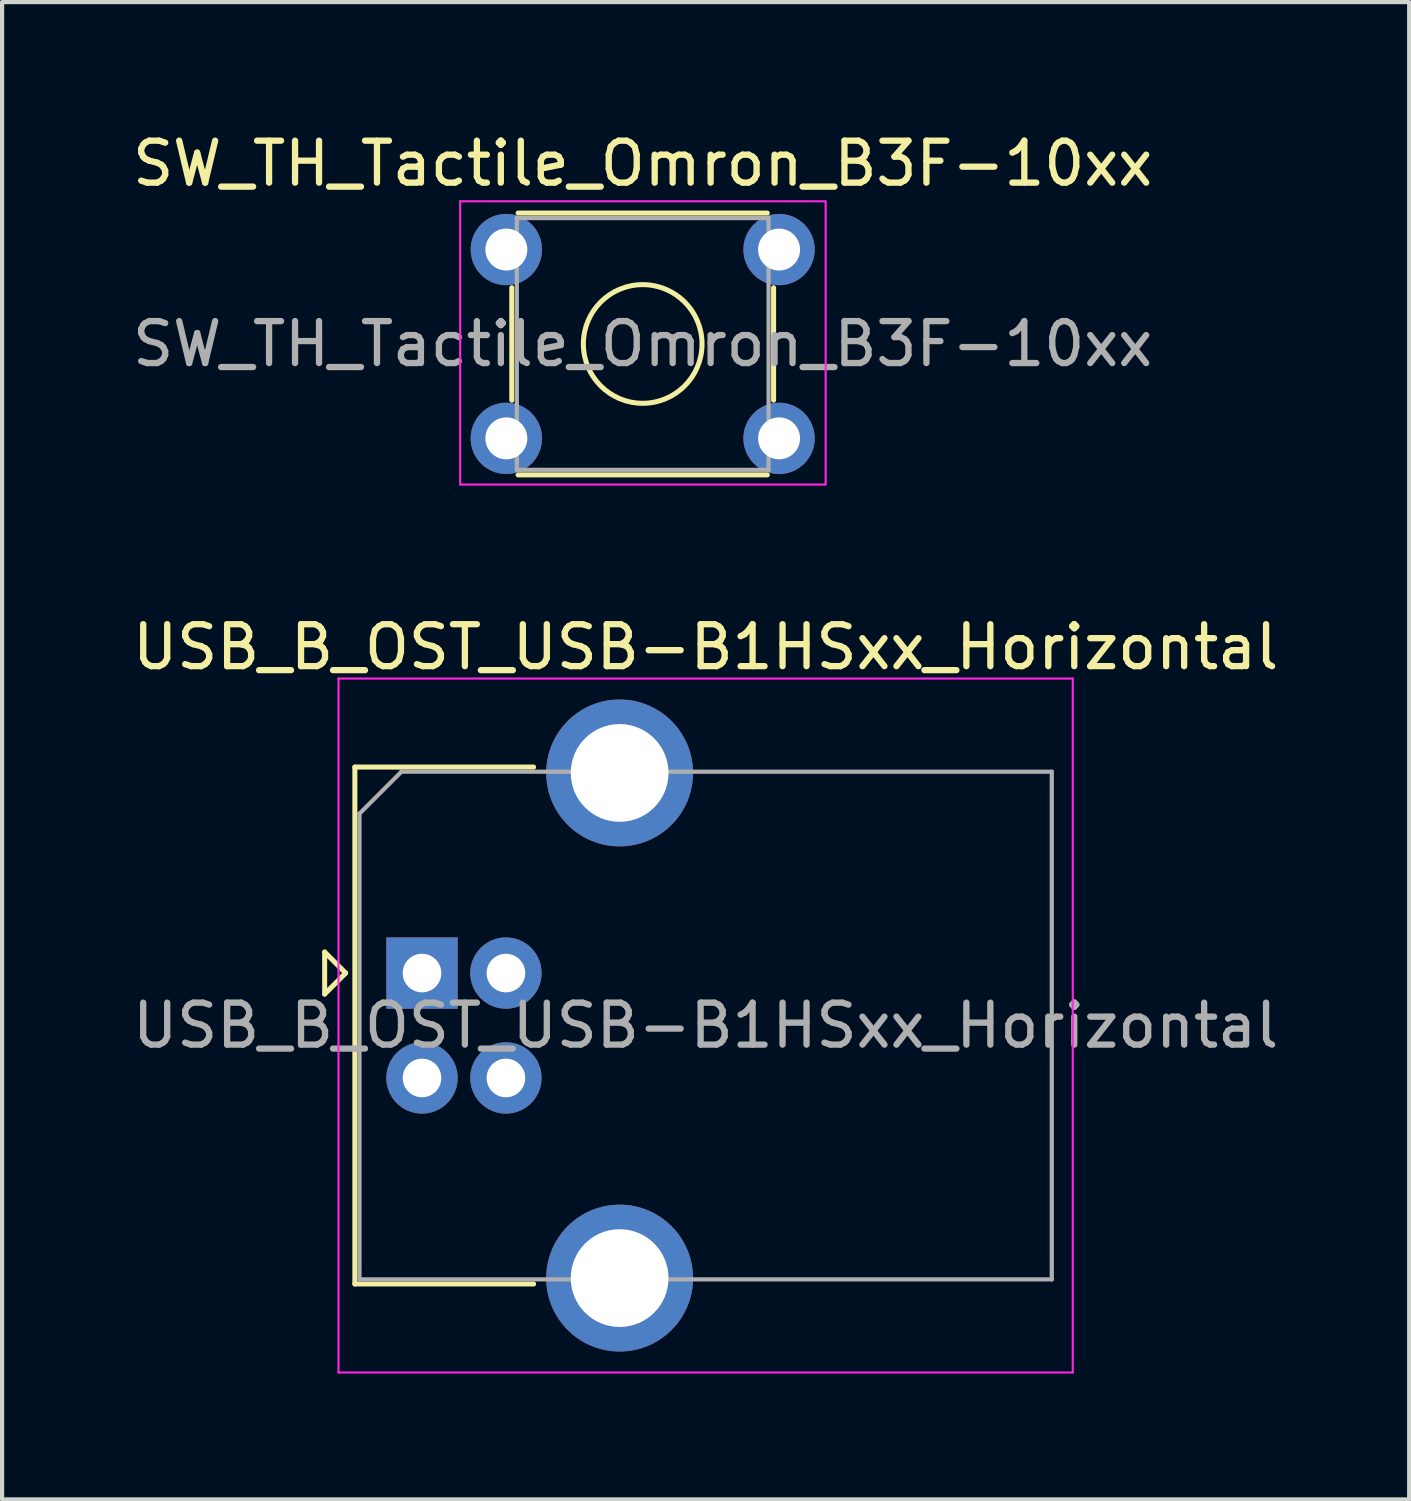
<source format=kicad_pcb>
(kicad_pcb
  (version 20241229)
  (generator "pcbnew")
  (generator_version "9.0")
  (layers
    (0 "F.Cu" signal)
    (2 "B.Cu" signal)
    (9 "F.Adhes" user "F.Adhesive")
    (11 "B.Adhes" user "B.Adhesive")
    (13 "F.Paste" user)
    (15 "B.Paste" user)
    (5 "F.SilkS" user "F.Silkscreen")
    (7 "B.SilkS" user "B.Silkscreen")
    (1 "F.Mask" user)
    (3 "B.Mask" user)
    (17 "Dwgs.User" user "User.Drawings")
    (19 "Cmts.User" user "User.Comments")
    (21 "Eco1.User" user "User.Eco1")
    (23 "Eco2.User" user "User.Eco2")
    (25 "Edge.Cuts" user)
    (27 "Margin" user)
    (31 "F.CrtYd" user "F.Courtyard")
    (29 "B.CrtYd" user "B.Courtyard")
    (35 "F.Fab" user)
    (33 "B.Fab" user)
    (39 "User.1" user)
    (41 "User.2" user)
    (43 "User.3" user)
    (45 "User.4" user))
  (footprint "USB_B_OST_USB-B1HSxx_Horizontal"
    (layer "F.Cu")
    (at 7.008 20.142)
    (property "Reference" "USB_B_OST_USB-B1HSxx_Horizontal" (at 6.76 -7.77 0) (layer "F.SilkS") (effects (font (size 1 1) (thickness 0.15))))
    (attr through_hole)
    (fp_line (start -2.32 -0.5) (end -2.32 0.5) (stroke (width 0.12) (type solid)) (layer "F.SilkS"))
    (fp_line (start -2.32 0.5) (end -1.82 0) (stroke (width 0.12) (type solid)) (layer "F.SilkS"))
    (fp_line (start -1.82 0) (end -2.32 -0.5) (stroke (width 0.12) (type solid)) (layer "F.SilkS"))
    (fp_line (start -1.6 -4.91) (end -1.6 7.41) (stroke (width 0.12) (type solid)) (layer "F.SilkS"))
    (fp_line (start -1.6 7.41) (end 2.66 7.41) (stroke (width 0.12) (type solid)) (layer "F.SilkS"))
    (fp_line (start 2.66 -4.91) (end -1.6 -4.91) (stroke (width 0.12) (type solid)) (layer "F.SilkS"))
    (fp_line (start -1.99 -7.02) (end -1.99 9.52) (stroke (width 0.05) (type solid)) (layer "F.CrtYd"))
    (fp_line (start -1.99 9.52) (end 15.51 9.52) (stroke (width 0.05) (type solid)) (layer "F.CrtYd"))
    (fp_line (start 15.51 -7.02) (end -1.99 -7.02) (stroke (width 0.05) (type solid)) (layer "F.CrtYd"))
    (fp_line (start 15.51 9.52) (end 15.51 -7.02) (stroke (width 0.05) (type solid)) (layer "F.CrtYd"))
    (fp_line (start -1.49 -3.8) (end -0.49 -4.8) (stroke (width 0.1) (type solid)) (layer "F.Fab"))
    (fp_line (start -1.49 7.3) (end -1.49 -3.8) (stroke (width 0.1) (type solid)) (layer "F.Fab"))
    (fp_line (start -0.49 -4.8) (end 15.01 -4.8) (stroke (width 0.1) (type solid)) (layer "F.Fab"))
    (fp_line (start 15.01 -4.8) (end 15.01 7.3) (stroke (width 0.1) (type solid)) (layer "F.Fab"))
    (fp_line (start 15.01 7.3) (end -1.49 7.3) (stroke (width 0.1) (type solid)) (layer "F.Fab"))
    (fp_text user "${REFERENCE}" (at 6.76 1.25 0) (layer "F.Fab") (effects (font (size 1 1) (thickness 0.15))))
    (pad "1" thru_hole rect (at 0 0) (size 1.7 1.7) (drill 0.92) (layers "*.Cu" "*.Mask"))
    (pad "2" thru_hole circle (at 0 2.5) (size 1.7 1.7) (drill 0.92) (layers "*.Cu" "*.Mask"))
    (pad "3" thru_hole circle (at 2 2.5) (size 1.7 1.7) (drill 0.92) (layers "*.Cu" "*.Mask"))
    (pad "4" thru_hole circle (at 2 0) (size 1.7 1.7) (drill 0.92) (layers "*.Cu" "*.Mask"))
    (pad "5" thru_hole circle (at 4.71 -4.77) (size 3.5 3.5) (drill 2.33) (layers "*.Cu" "*.Mask"))
    (pad "5" thru_hole circle (at 4.71 7.27) (size 3.5 3.5) (drill 2.33) (layers "*.Cu" "*.Mask")))
  (footprint "SW_TH_Tactile_Omron_B3F-10xx"
    (layer "F.Cu")
    (at 9.018 2.898)
    (property "Reference" "SW_TH_Tactile_Omron_B3F-10xx" (at 3.25 -2.05 0) (layer "F.SilkS") (effects (font (size 1 1) (thickness 0.15))))
    (attr through_hole)
    (fp_line (start 0.13 3.59) (end 0.13 0.91) (stroke (width 0.12) (type solid)) (layer "F.SilkS"))
    (fp_line (start 0.28 -0.87) (end 6.22 -0.87) (stroke (width 0.12) (type solid)) (layer "F.SilkS"))
    (fp_line (start 0.28 5.37) (end 6.22 5.37) (stroke (width 0.12) (type solid)) (layer "F.SilkS"))
    (fp_line (start 6.37 0.91) (end 6.37 3.59) (stroke (width 0.12) (type solid)) (layer "F.SilkS"))
    (fp_circle (center 3.25 2.25) (end 4.25 3.25) (stroke (width 0.12) (type solid)) (fill no) (layer "F.SilkS"))
    (fp_line (start -1.1 -1.15) (end -1.1 5.6) (stroke (width 0.05) (type solid)) (layer "F.CrtYd"))
    (fp_line (start -1.1 5.6) (end 7.6 5.6) (stroke (width 0.05) (type solid)) (layer "F.CrtYd"))
    (fp_line (start 7.6 -1.15) (end -1.1 -1.15) (stroke (width 0.05) (type solid)) (layer "F.CrtYd"))
    (fp_line (start 7.61 -1.15) (end 7.61 5.6) (stroke (width 0.05) (type solid)) (layer "F.CrtYd"))
    (fp_line (start 0.25 -0.75) (end 0.25 5.25) (stroke (width 0.1) (type solid)) (layer "F.Fab"))
    (fp_line (start 0.25 -0.75) (end 6.25 -0.75) (stroke (width 0.1) (type solid)) (layer "F.Fab"))
    (fp_line (start 0.25 5.25) (end 6.25 5.25) (stroke (width 0.1) (type solid)) (layer "F.Fab"))
    (fp_line (start 6.25 -0.75) (end 6.25 5.25) (stroke (width 0.1) (type solid)) (layer "F.Fab"))
    (fp_text user "${REFERENCE}" (at 3.25 2.25 0) (layer "F.Fab") (effects (font (size 1 1) (thickness 0.15))))
    (pad "1" thru_hole circle (at 0 0) (size 1.7 1.7) (drill 1) (layers "*.Cu" "*.Mask"))
    (pad "2" thru_hole circle (at 6.5 0) (size 1.7 1.7) (drill 1) (layers "*.Cu" "*.Mask"))
    (pad "3" thru_hole circle (at 0 4.5) (size 1.7 1.7) (drill 1) (layers "*.Cu" "*.Mask"))
    (pad "4" thru_hole circle (at 6.5 4.5) (size 1.7 1.7) (drill 1) (layers "*.Cu" "*.Mask")))
  (gr_rect
    (start -3 -3)
    (end 30.536 32.687)
    (stroke (width 0.1) (type default))
    (fill no)
    (layer "Edge.Cuts")))
</source>
